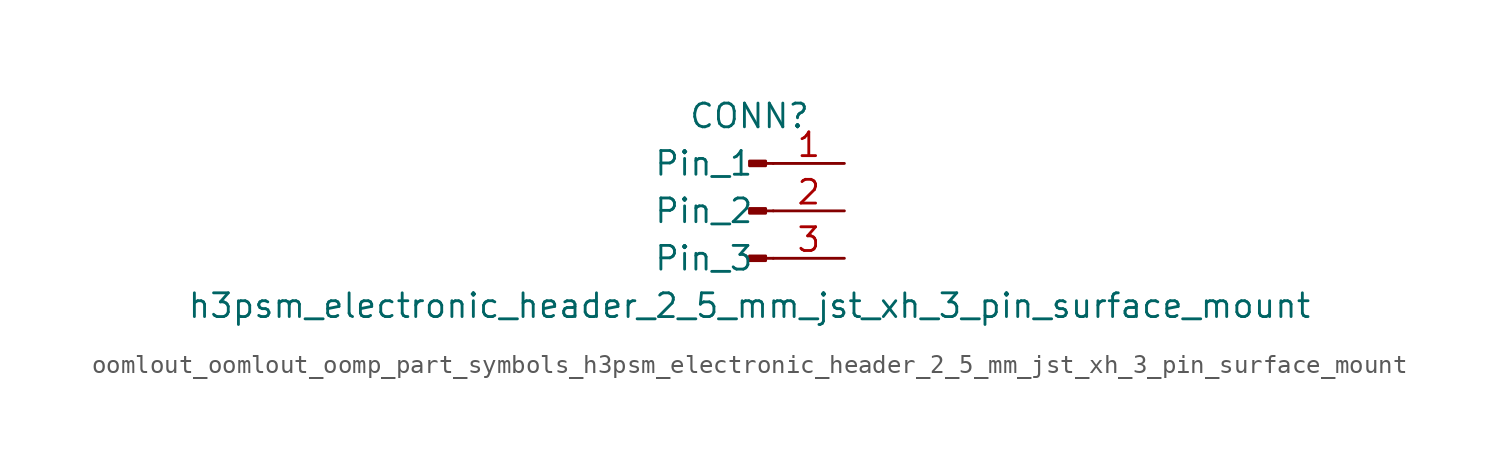
<source format=kicad_sym>
(kicad_symbol_lib
  (version 20220914)
  (generator kicad_symbol_editor)
  (symbol "oomlout_oomlout_oomp_part_symbols_h3psm_electronic_header_2_5_mm_jst_xh_3_pin_surface_mount"
    (pin_names
      (offset 1.016))
    (property "Reference" "CONN"
      (at 0 5.08 0)
      (effects (font (size 1.27 1.27))))
    (property "Value" "h3psm_electronic_header_2_5_mm_jst_xh_3_pin_surface_mount"
      (at 0 -5.08 0)
      (effects (font (size 1.27 1.27))))
    (property "ki_locked" ""
      (at 0 0 0)
      (effects (font (size 1.27 1.27))))
    (symbol "oomlout_oomlout_oomp_part_symbols_h3psm_electronic_header_2_5_mm_jst_xh_3_pin_surface_mount_1_1"
      (polyline (pts (xy 1.27 -2.54) (xy 0.864 -2.54)) (stroke (width 0.152) (type default)) (fill (type none)))
      (polyline (pts (xy 1.27 0) (xy 0.864 0)) (stroke (width 0.152) (type default)) (fill (type none)))
      (polyline (pts (xy 1.27 2.54) (xy 0.864 2.54)) (stroke (width 0.152) (type default)) (fill (type none)))
      (rectangle (start 0.864 -2.413) (end 0 -2.667) (stroke (width 0.152) (type default)) (fill (type outline)))
      (rectangle (start 0.864 0.127) (end 0 -0.127) (stroke (width 0.152) (type default)) (fill (type outline)))
      (rectangle (start 0.864 2.667) (end 0 2.413) (stroke (width 0.152) (type default)) (fill (type outline)))
      (pin passive line (at 5.08 2.54 180) (length 3.81) (name "Pin_1" (effects (font (size 1.27 1.27)))) (number "1" (effects (font (size 1.27 1.27)))))
      (pin passive line (at 5.08 0 180) (length 3.81) (name "Pin_2" (effects (font (size 1.27 1.27)))) (number "2" (effects (font (size 1.27 1.27)))))
      (pin passive line (at 5.08 -2.54 180) (length 3.81) (name "Pin_3" (effects (font (size 1.27 1.27)))) (number "3" (effects (font (size 1.27 1.27))))))))
</source>
